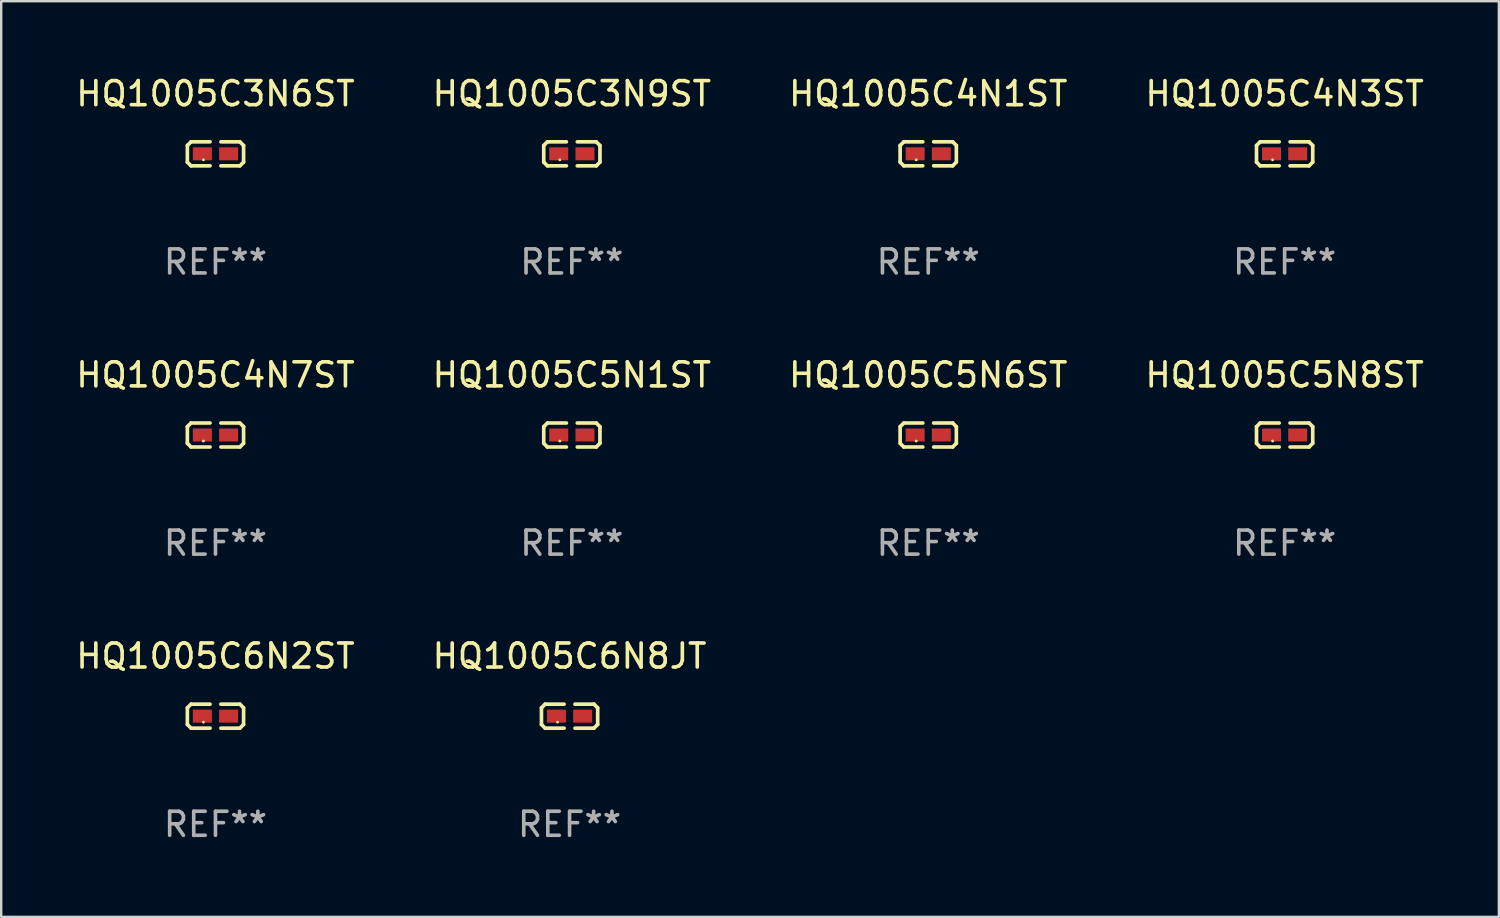
<source format=kicad_pcb>
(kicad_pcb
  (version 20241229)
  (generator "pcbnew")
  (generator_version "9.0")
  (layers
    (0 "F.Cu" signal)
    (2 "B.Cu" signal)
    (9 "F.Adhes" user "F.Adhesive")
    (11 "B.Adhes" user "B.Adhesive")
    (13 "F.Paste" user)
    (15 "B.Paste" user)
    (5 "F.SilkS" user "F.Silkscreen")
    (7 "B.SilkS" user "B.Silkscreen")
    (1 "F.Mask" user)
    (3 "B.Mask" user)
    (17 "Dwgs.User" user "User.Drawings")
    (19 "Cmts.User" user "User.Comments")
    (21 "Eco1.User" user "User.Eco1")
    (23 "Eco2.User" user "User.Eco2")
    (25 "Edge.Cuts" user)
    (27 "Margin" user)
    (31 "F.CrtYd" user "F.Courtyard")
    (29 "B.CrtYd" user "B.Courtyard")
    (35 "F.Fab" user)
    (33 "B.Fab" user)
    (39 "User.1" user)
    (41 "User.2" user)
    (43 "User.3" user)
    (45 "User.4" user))
  (footprint "HQ1005C5N8ST"
    (layer "F.Cu")
    (at 50.375 15.041)
    (property "Reference" "HQ1005C5N8ST" (at 0 -2.499 0) (layer "F.SilkS") (effects (font (size 1 1) (thickness 0.15))))
    (attr through_hole)
    (fp_line (start -1.169 -0.346) (end -1.016 -0.499) (stroke (width 0.152) (type solid)) (layer "F.SilkS"))
    (fp_line (start -1.169 0.346) (end -1.169 -0.346) (stroke (width 0.152) (type solid)) (layer "F.SilkS"))
    (fp_line (start -1.016 -0.499) (end -0.226 -0.499) (stroke (width 0.152) (type solid)) (layer "F.SilkS"))
    (fp_line (start -1.016 0.499) (end -1.169 0.346) (stroke (width 0.152) (type solid)) (layer "F.SilkS"))
    (fp_line (start -0.226 0.499) (end -1.016 0.499) (stroke (width 0.152) (type solid)) (layer "F.SilkS"))
    (fp_line (start 0.226 0.499) (end 1.016 0.499) (stroke (width 0.152) (type solid)) (layer "F.SilkS"))
    (fp_line (start 1.016 -0.499) (end 0.226 -0.499) (stroke (width 0.152) (type solid)) (layer "F.SilkS"))
    (fp_line (start 1.016 0.499) (end 1.169 0.346) (stroke (width 0.152) (type solid)) (layer "F.SilkS"))
    (fp_line (start 1.169 -0.346) (end 1.016 -0.499) (stroke (width 0.152) (type solid)) (layer "F.SilkS"))
    (fp_line (start 1.169 0.346) (end 1.169 -0.346) (stroke (width 0.152) (type solid)) (layer "F.SilkS"))
    (fp_circle (center -0.5 0.25) (end -0.47 0.25) (stroke (width 0.06) (type solid)) (fill no) (layer "F.SilkS"))
    (fp_text user "REF**" (at 0 4.499 0) (layer "F.Fab") (effects (font (size 1 1) (thickness 0.15))))
    (pad "1" smd rect (at -0.545 0) (size 0.79 0.54) (layers "F.Cu" "F.Mask" "F.Paste"))
    (pad "2" smd rect (at 0.545 0) (size 0.79 0.54) (layers "F.Cu" "F.Mask" "F.Paste")))
  (footprint "HQ1005C5N1ST"
    (layer "F.Cu")
    (at 20.732 15.041)
    (property "Reference" "HQ1005C5N1ST" (at 0 -2.499 0) (layer "F.SilkS") (effects (font (size 1 1) (thickness 0.15))))
    (attr through_hole)
    (fp_line (start -1.169 -0.346) (end -1.016 -0.499) (stroke (width 0.152) (type solid)) (layer "F.SilkS"))
    (fp_line (start -1.169 0.346) (end -1.169 -0.346) (stroke (width 0.152) (type solid)) (layer "F.SilkS"))
    (fp_line (start -1.016 -0.499) (end -0.226 -0.499) (stroke (width 0.152) (type solid)) (layer "F.SilkS"))
    (fp_line (start -1.016 0.499) (end -1.169 0.346) (stroke (width 0.152) (type solid)) (layer "F.SilkS"))
    (fp_line (start -0.226 0.499) (end -1.016 0.499) (stroke (width 0.152) (type solid)) (layer "F.SilkS"))
    (fp_line (start 0.226 0.499) (end 1.016 0.499) (stroke (width 0.152) (type solid)) (layer "F.SilkS"))
    (fp_line (start 1.016 -0.499) (end 0.226 -0.499) (stroke (width 0.152) (type solid)) (layer "F.SilkS"))
    (fp_line (start 1.016 0.499) (end 1.169 0.346) (stroke (width 0.152) (type solid)) (layer "F.SilkS"))
    (fp_line (start 1.169 -0.346) (end 1.016 -0.499) (stroke (width 0.152) (type solid)) (layer "F.SilkS"))
    (fp_line (start 1.169 0.346) (end 1.169 -0.346) (stroke (width 0.152) (type solid)) (layer "F.SilkS"))
    (fp_circle (center -0.5 0.25) (end -0.47 0.25) (stroke (width 0.06) (type solid)) (fill no) (layer "F.SilkS"))
    (fp_text user "REF**" (at 0 4.499 0) (layer "F.Fab") (effects (font (size 1 1) (thickness 0.15))))
    (pad "1" smd rect (at -0.545 0) (size 0.79 0.54) (layers "F.Cu" "F.Mask" "F.Paste"))
    (pad "2" smd rect (at 0.545 0) (size 0.79 0.54) (layers "F.Cu" "F.Mask" "F.Paste")))
  (footprint "HQ1005C4N1ST"
    (layer "F.Cu")
    (at 35.554 3.347)
    (property "Reference" "HQ1005C4N1ST" (at 0 -2.499 0) (layer "F.SilkS") (effects (font (size 1 1) (thickness 0.15))))
    (attr through_hole)
    (fp_line (start -1.169 -0.346) (end -1.016 -0.499) (stroke (width 0.152) (type solid)) (layer "F.SilkS"))
    (fp_line (start -1.169 0.346) (end -1.169 -0.346) (stroke (width 0.152) (type solid)) (layer "F.SilkS"))
    (fp_line (start -1.016 -0.499) (end -0.226 -0.499) (stroke (width 0.152) (type solid)) (layer "F.SilkS"))
    (fp_line (start -1.016 0.499) (end -1.169 0.346) (stroke (width 0.152) (type solid)) (layer "F.SilkS"))
    (fp_line (start -0.226 0.499) (end -1.016 0.499) (stroke (width 0.152) (type solid)) (layer "F.SilkS"))
    (fp_line (start 0.226 0.499) (end 1.016 0.499) (stroke (width 0.152) (type solid)) (layer "F.SilkS"))
    (fp_line (start 1.016 -0.499) (end 0.226 -0.499) (stroke (width 0.152) (type solid)) (layer "F.SilkS"))
    (fp_line (start 1.016 0.499) (end 1.169 0.346) (stroke (width 0.152) (type solid)) (layer "F.SilkS"))
    (fp_line (start 1.169 -0.346) (end 1.016 -0.499) (stroke (width 0.152) (type solid)) (layer "F.SilkS"))
    (fp_line (start 1.169 0.346) (end 1.169 -0.346) (stroke (width 0.152) (type solid)) (layer "F.SilkS"))
    (fp_circle (center -0.5 0.25) (end -0.47 0.25) (stroke (width 0.06) (type solid)) (fill no) (layer "F.SilkS"))
    (fp_text user "REF**" (at 0 4.499 0) (layer "F.Fab") (effects (font (size 1 1) (thickness 0.15))))
    (pad "1" smd rect (at -0.545 0) (size 0.79 0.54) (layers "F.Cu" "F.Mask" "F.Paste"))
    (pad "2" smd rect (at 0.545 0) (size 0.79 0.54) (layers "F.Cu" "F.Mask" "F.Paste")))
  (footprint "HQ1005C3N9ST"
    (layer "F.Cu")
    (at 20.732 3.347)
    (property "Reference" "HQ1005C3N9ST" (at 0 -2.499 0) (layer "F.SilkS") (effects (font (size 1 1) (thickness 0.15))))
    (attr through_hole)
    (fp_line (start -1.169 -0.346) (end -1.016 -0.499) (stroke (width 0.152) (type solid)) (layer "F.SilkS"))
    (fp_line (start -1.169 0.346) (end -1.169 -0.346) (stroke (width 0.152) (type solid)) (layer "F.SilkS"))
    (fp_line (start -1.016 -0.499) (end -0.226 -0.499) (stroke (width 0.152) (type solid)) (layer "F.SilkS"))
    (fp_line (start -1.016 0.499) (end -1.169 0.346) (stroke (width 0.152) (type solid)) (layer "F.SilkS"))
    (fp_line (start -0.226 0.499) (end -1.016 0.499) (stroke (width 0.152) (type solid)) (layer "F.SilkS"))
    (fp_line (start 0.226 0.499) (end 1.016 0.499) (stroke (width 0.152) (type solid)) (layer "F.SilkS"))
    (fp_line (start 1.016 -0.499) (end 0.226 -0.499) (stroke (width 0.152) (type solid)) (layer "F.SilkS"))
    (fp_line (start 1.016 0.499) (end 1.169 0.346) (stroke (width 0.152) (type solid)) (layer "F.SilkS"))
    (fp_line (start 1.169 -0.346) (end 1.016 -0.499) (stroke (width 0.152) (type solid)) (layer "F.SilkS"))
    (fp_line (start 1.169 0.346) (end 1.169 -0.346) (stroke (width 0.152) (type solid)) (layer "F.SilkS"))
    (fp_circle (center -0.5 0.25) (end -0.47 0.25) (stroke (width 0.06) (type solid)) (fill no) (layer "F.SilkS"))
    (fp_text user "REF**" (at 0 4.499 0) (layer "F.Fab") (effects (font (size 1 1) (thickness 0.15))))
    (pad "1" smd rect (at -0.545 0) (size 0.79 0.54) (layers "F.Cu" "F.Mask" "F.Paste"))
    (pad "2" smd rect (at 0.545 0) (size 0.79 0.54) (layers "F.Cu" "F.Mask" "F.Paste")))
  (footprint "HQ1005C4N7ST"
    (layer "F.Cu")
    (at 5.911 15.041)
    (property "Reference" "HQ1005C4N7ST" (at 0 -2.499 0) (layer "F.SilkS") (effects (font (size 1 1) (thickness 0.15))))
    (attr through_hole)
    (fp_line (start -1.169 -0.346) (end -1.016 -0.499) (stroke (width 0.152) (type solid)) (layer "F.SilkS"))
    (fp_line (start -1.169 0.346) (end -1.169 -0.346) (stroke (width 0.152) (type solid)) (layer "F.SilkS"))
    (fp_line (start -1.016 -0.499) (end -0.226 -0.499) (stroke (width 0.152) (type solid)) (layer "F.SilkS"))
    (fp_line (start -1.016 0.499) (end -1.169 0.346) (stroke (width 0.152) (type solid)) (layer "F.SilkS"))
    (fp_line (start -0.226 0.499) (end -1.016 0.499) (stroke (width 0.152) (type solid)) (layer "F.SilkS"))
    (fp_line (start 0.226 0.499) (end 1.016 0.499) (stroke (width 0.152) (type solid)) (layer "F.SilkS"))
    (fp_line (start 1.016 -0.499) (end 0.226 -0.499) (stroke (width 0.152) (type solid)) (layer "F.SilkS"))
    (fp_line (start 1.016 0.499) (end 1.169 0.346) (stroke (width 0.152) (type solid)) (layer "F.SilkS"))
    (fp_line (start 1.169 -0.346) (end 1.016 -0.499) (stroke (width 0.152) (type solid)) (layer "F.SilkS"))
    (fp_line (start 1.169 0.346) (end 1.169 -0.346) (stroke (width 0.152) (type solid)) (layer "F.SilkS"))
    (fp_circle (center -0.5 0.25) (end -0.47 0.25) (stroke (width 0.06) (type solid)) (fill no) (layer "F.SilkS"))
    (fp_text user "REF**" (at 0 4.499 0) (layer "F.Fab") (effects (font (size 1 1) (thickness 0.15))))
    (pad "1" smd rect (at -0.545 0) (size 0.79 0.54) (layers "F.Cu" "F.Mask" "F.Paste"))
    (pad "2" smd rect (at 0.545 0) (size 0.79 0.54) (layers "F.Cu" "F.Mask" "F.Paste")))
  (footprint "HQ1005C5N6ST"
    (layer "F.Cu")
    (at 35.554 15.041)
    (property "Reference" "HQ1005C5N6ST" (at 0 -2.499 0) (layer "F.SilkS") (effects (font (size 1 1) (thickness 0.15))))
    (attr through_hole)
    (fp_line (start -1.169 -0.346) (end -1.016 -0.499) (stroke (width 0.152) (type solid)) (layer "F.SilkS"))
    (fp_line (start -1.169 0.346) (end -1.169 -0.346) (stroke (width 0.152) (type solid)) (layer "F.SilkS"))
    (fp_line (start -1.016 -0.499) (end -0.226 -0.499) (stroke (width 0.152) (type solid)) (layer "F.SilkS"))
    (fp_line (start -1.016 0.499) (end -1.169 0.346) (stroke (width 0.152) (type solid)) (layer "F.SilkS"))
    (fp_line (start -0.226 0.499) (end -1.016 0.499) (stroke (width 0.152) (type solid)) (layer "F.SilkS"))
    (fp_line (start 0.226 0.499) (end 1.016 0.499) (stroke (width 0.152) (type solid)) (layer "F.SilkS"))
    (fp_line (start 1.016 -0.499) (end 0.226 -0.499) (stroke (width 0.152) (type solid)) (layer "F.SilkS"))
    (fp_line (start 1.016 0.499) (end 1.169 0.346) (stroke (width 0.152) (type solid)) (layer "F.SilkS"))
    (fp_line (start 1.169 -0.346) (end 1.016 -0.499) (stroke (width 0.152) (type solid)) (layer "F.SilkS"))
    (fp_line (start 1.169 0.346) (end 1.169 -0.346) (stroke (width 0.152) (type solid)) (layer "F.SilkS"))
    (fp_circle (center -0.5 0.25) (end -0.47 0.25) (stroke (width 0.06) (type solid)) (fill no) (layer "F.SilkS"))
    (fp_text user "REF**" (at 0 4.499 0) (layer "F.Fab") (effects (font (size 1 1) (thickness 0.15))))
    (pad "1" smd rect (at -0.545 0) (size 0.79 0.54) (layers "F.Cu" "F.Mask" "F.Paste"))
    (pad "2" smd rect (at 0.545 0) (size 0.79 0.54) (layers "F.Cu" "F.Mask" "F.Paste")))
  (footprint "HQ1005C3N6ST"
    (layer "F.Cu")
    (at 5.911 3.347)
    (property "Reference" "HQ1005C3N6ST" (at 0 -2.499 0) (layer "F.SilkS") (effects (font (size 1 1) (thickness 0.15))))
    (attr through_hole)
    (fp_line (start -1.169 -0.346) (end -1.016 -0.499) (stroke (width 0.152) (type solid)) (layer "F.SilkS"))
    (fp_line (start -1.169 0.346) (end -1.169 -0.346) (stroke (width 0.152) (type solid)) (layer "F.SilkS"))
    (fp_line (start -1.016 -0.499) (end -0.226 -0.499) (stroke (width 0.152) (type solid)) (layer "F.SilkS"))
    (fp_line (start -1.016 0.499) (end -1.169 0.346) (stroke (width 0.152) (type solid)) (layer "F.SilkS"))
    (fp_line (start -0.226 0.499) (end -1.016 0.499) (stroke (width 0.152) (type solid)) (layer "F.SilkS"))
    (fp_line (start 0.226 0.499) (end 1.016 0.499) (stroke (width 0.152) (type solid)) (layer "F.SilkS"))
    (fp_line (start 1.016 -0.499) (end 0.226 -0.499) (stroke (width 0.152) (type solid)) (layer "F.SilkS"))
    (fp_line (start 1.016 0.499) (end 1.169 0.346) (stroke (width 0.152) (type solid)) (layer "F.SilkS"))
    (fp_line (start 1.169 -0.346) (end 1.016 -0.499) (stroke (width 0.152) (type solid)) (layer "F.SilkS"))
    (fp_line (start 1.169 0.346) (end 1.169 -0.346) (stroke (width 0.152) (type solid)) (layer "F.SilkS"))
    (fp_circle (center -0.5 0.25) (end -0.47 0.25) (stroke (width 0.06) (type solid)) (fill no) (layer "F.SilkS"))
    (fp_text user "REF**" (at 0 4.499 0) (layer "F.Fab") (effects (font (size 1 1) (thickness 0.15))))
    (pad "1" smd rect (at -0.545 0) (size 0.79 0.54) (layers "F.Cu" "F.Mask" "F.Paste"))
    (pad "2" smd rect (at 0.545 0) (size 0.79 0.54) (layers "F.Cu" "F.Mask" "F.Paste")))
  (footprint "HQ1005C6N8JT"
    (layer "F.Cu")
    (at 20.637 26.734)
    (property "Reference" "HQ1005C6N8JT" (at 0 -2.499 0) (layer "F.SilkS") (effects (font (size 1 1) (thickness 0.15))))
    (attr through_hole)
    (fp_line (start -1.169 -0.346) (end -1.016 -0.499) (stroke (width 0.152) (type solid)) (layer "F.SilkS"))
    (fp_line (start -1.169 0.346) (end -1.169 -0.346) (stroke (width 0.152) (type solid)) (layer "F.SilkS"))
    (fp_line (start -1.016 -0.499) (end -0.226 -0.499) (stroke (width 0.152) (type solid)) (layer "F.SilkS"))
    (fp_line (start -1.016 0.499) (end -1.169 0.346) (stroke (width 0.152) (type solid)) (layer "F.SilkS"))
    (fp_line (start -0.226 0.499) (end -1.016 0.499) (stroke (width 0.152) (type solid)) (layer "F.SilkS"))
    (fp_line (start 0.226 0.499) (end 1.016 0.499) (stroke (width 0.152) (type solid)) (layer "F.SilkS"))
    (fp_line (start 1.016 -0.499) (end 0.226 -0.499) (stroke (width 0.152) (type solid)) (layer "F.SilkS"))
    (fp_line (start 1.016 0.499) (end 1.169 0.346) (stroke (width 0.152) (type solid)) (layer "F.SilkS"))
    (fp_line (start 1.169 -0.346) (end 1.016 -0.499) (stroke (width 0.152) (type solid)) (layer "F.SilkS"))
    (fp_line (start 1.169 0.346) (end 1.169 -0.346) (stroke (width 0.152) (type solid)) (layer "F.SilkS"))
    (fp_circle (center -0.5 0.25) (end -0.47 0.25) (stroke (width 0.06) (type solid)) (fill no) (layer "F.SilkS"))
    (fp_text user "REF**" (at 0 4.499 0) (layer "F.Fab") (effects (font (size 1 1) (thickness 0.15))))
    (pad "1" smd rect (at -0.545 0) (size 0.79 0.54) (layers "F.Cu" "F.Mask" "F.Paste"))
    (pad "2" smd rect (at 0.545 0) (size 0.79 0.54) (layers "F.Cu" "F.Mask" "F.Paste")))
  (footprint "HQ1005C6N2ST"
    (layer "F.Cu")
    (at 5.911 26.734)
    (property "Reference" "HQ1005C6N2ST" (at 0 -2.499 0) (layer "F.SilkS") (effects (font (size 1 1) (thickness 0.15))))
    (attr through_hole)
    (fp_line (start -1.169 -0.346) (end -1.016 -0.499) (stroke (width 0.152) (type solid)) (layer "F.SilkS"))
    (fp_line (start -1.169 0.346) (end -1.169 -0.346) (stroke (width 0.152) (type solid)) (layer "F.SilkS"))
    (fp_line (start -1.016 -0.499) (end -0.226 -0.499) (stroke (width 0.152) (type solid)) (layer "F.SilkS"))
    (fp_line (start -1.016 0.499) (end -1.169 0.346) (stroke (width 0.152) (type solid)) (layer "F.SilkS"))
    (fp_line (start -0.226 0.499) (end -1.016 0.499) (stroke (width 0.152) (type solid)) (layer "F.SilkS"))
    (fp_line (start 0.226 0.499) (end 1.016 0.499) (stroke (width 0.152) (type solid)) (layer "F.SilkS"))
    (fp_line (start 1.016 -0.499) (end 0.226 -0.499) (stroke (width 0.152) (type solid)) (layer "F.SilkS"))
    (fp_line (start 1.016 0.499) (end 1.169 0.346) (stroke (width 0.152) (type solid)) (layer "F.SilkS"))
    (fp_line (start 1.169 -0.346) (end 1.016 -0.499) (stroke (width 0.152) (type solid)) (layer "F.SilkS"))
    (fp_line (start 1.169 0.346) (end 1.169 -0.346) (stroke (width 0.152) (type solid)) (layer "F.SilkS"))
    (fp_circle (center -0.5 0.25) (end -0.47 0.25) (stroke (width 0.06) (type solid)) (fill no) (layer "F.SilkS"))
    (fp_text user "REF**" (at 0 4.499 0) (layer "F.Fab") (effects (font (size 1 1) (thickness 0.15))))
    (pad "1" smd rect (at -0.545 0) (size 0.79 0.54) (layers "F.Cu" "F.Mask" "F.Paste"))
    (pad "2" smd rect (at 0.545 0) (size 0.79 0.54) (layers "F.Cu" "F.Mask" "F.Paste")))
  (footprint "HQ1005C4N3ST"
    (layer "F.Cu")
    (at 50.375 3.347)
    (property "Reference" "HQ1005C4N3ST" (at 0 -2.499 0) (layer "F.SilkS") (effects (font (size 1 1) (thickness 0.15))))
    (attr through_hole)
    (fp_line (start -1.169 -0.346) (end -1.016 -0.499) (stroke (width 0.152) (type solid)) (layer "F.SilkS"))
    (fp_line (start -1.169 0.346) (end -1.169 -0.346) (stroke (width 0.152) (type solid)) (layer "F.SilkS"))
    (fp_line (start -1.016 -0.499) (end -0.226 -0.499) (stroke (width 0.152) (type solid)) (layer "F.SilkS"))
    (fp_line (start -1.016 0.499) (end -1.169 0.346) (stroke (width 0.152) (type solid)) (layer "F.SilkS"))
    (fp_line (start -0.226 0.499) (end -1.016 0.499) (stroke (width 0.152) (type solid)) (layer "F.SilkS"))
    (fp_line (start 0.226 0.499) (end 1.016 0.499) (stroke (width 0.152) (type solid)) (layer "F.SilkS"))
    (fp_line (start 1.016 -0.499) (end 0.226 -0.499) (stroke (width 0.152) (type solid)) (layer "F.SilkS"))
    (fp_line (start 1.016 0.499) (end 1.169 0.346) (stroke (width 0.152) (type solid)) (layer "F.SilkS"))
    (fp_line (start 1.169 -0.346) (end 1.016 -0.499) (stroke (width 0.152) (type solid)) (layer "F.SilkS"))
    (fp_line (start 1.169 0.346) (end 1.169 -0.346) (stroke (width 0.152) (type solid)) (layer "F.SilkS"))
    (fp_circle (center -0.5 0.25) (end -0.47 0.25) (stroke (width 0.06) (type solid)) (fill no) (layer "F.SilkS"))
    (fp_text user "REF**" (at 0 4.499 0) (layer "F.Fab") (effects (font (size 1 1) (thickness 0.15))))
    (pad "1" smd rect (at -0.545 0) (size 0.79 0.54) (layers "F.Cu" "F.Mask" "F.Paste"))
    (pad "2" smd rect (at 0.545 0) (size 0.79 0.54) (layers "F.Cu" "F.Mask" "F.Paste")))
  (gr_rect
    (start -3 -3)
    (end 59.286 35.081)
    (stroke (width 0.1) (type default))
    (fill no)
    (layer "Edge.Cuts")))
</source>
